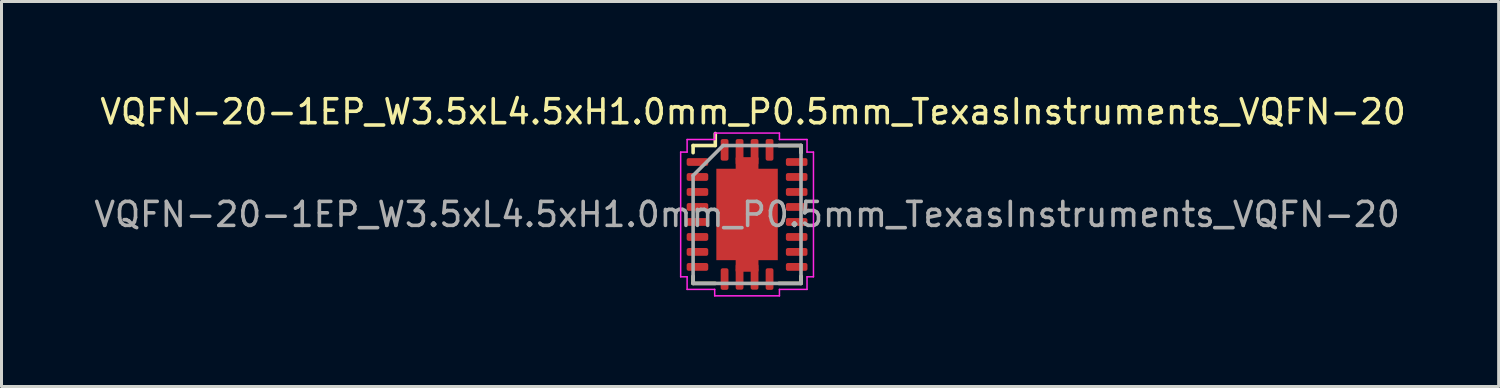
<source format=kicad_pcb>
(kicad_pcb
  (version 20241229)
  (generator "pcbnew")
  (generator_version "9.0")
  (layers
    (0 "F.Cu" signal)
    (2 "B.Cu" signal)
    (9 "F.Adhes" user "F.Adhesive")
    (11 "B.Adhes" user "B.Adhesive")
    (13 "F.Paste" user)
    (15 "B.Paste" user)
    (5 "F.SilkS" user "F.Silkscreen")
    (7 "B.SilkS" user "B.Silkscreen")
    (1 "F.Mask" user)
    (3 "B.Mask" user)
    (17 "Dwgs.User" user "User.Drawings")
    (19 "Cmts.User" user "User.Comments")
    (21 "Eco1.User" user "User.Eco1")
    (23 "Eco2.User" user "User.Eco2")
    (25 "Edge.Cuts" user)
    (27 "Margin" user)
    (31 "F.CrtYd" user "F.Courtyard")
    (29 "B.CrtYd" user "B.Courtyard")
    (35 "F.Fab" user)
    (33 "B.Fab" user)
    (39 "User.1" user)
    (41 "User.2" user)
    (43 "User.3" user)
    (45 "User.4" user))
  (footprint "VQFN-20-1EP_W3.5xL4.5xH1.0mm_P0.5mm_TexasInstruments_VQFN-20"
    (layer "F.Cu")
    (at 21.871 4.104)
    (property "Reference" "VQFN-20-1EP_W3.5xL4.5xH1.0mm_P0.5mm_TexasInstruments_VQFN-20" (at 0.2 -3.425 0) (layer "F.SilkS") (effects (font (size 0.8 0.8) (thickness 0.12))))
    (attr smd)
    (fp_line (start -1.8 -2.3) (end -1.06 -2.3) (stroke (width 0.12) (type solid)) (layer "F.SilkS"))
    (fp_line (start -1.8 -2.06) (end -1.8 -2.3) (stroke (width 0.12) (type solid)) (layer "F.SilkS"))
    (fp_line (start -1.8 2.06) (end -1.8 2.3) (stroke (width 0.12) (type solid)) (layer "F.SilkS"))
    (fp_line (start -1.8 2.3) (end -1.06 2.3) (stroke (width 0.12) (type solid)) (layer "F.SilkS"))
    (fp_line (start -1.06 -2.3) (end -1.06 -2.7) (stroke (width 0.12) (type solid)) (layer "F.SilkS"))
    (fp_line (start 1.8 -2.3) (end 1.06 -2.3) (stroke (width 0.12) (type solid)) (layer "F.SilkS"))
    (fp_line (start 1.8 -2.06) (end 1.8 -2.3) (stroke (width 0.12) (type solid)) (layer "F.SilkS"))
    (fp_line (start 1.8 2.06) (end 1.8 2.3) (stroke (width 0.12) (type solid)) (layer "F.SilkS"))
    (fp_line (start 1.8 2.3) (end 1.06 2.3) (stroke (width 0.12) (type solid)) (layer "F.SilkS"))
    (fp_line (start -2.215 -2.08) (end -2.215 2.08) (stroke (width 0.05) (type solid)) (layer "F.CrtYd"))
    (fp_line (start -2.215 2.08) (end -2 2.08) (stroke (width 0.05) (type solid)) (layer "F.CrtYd"))
    (fp_line (start -2 -2.5) (end -2 -2.08) (stroke (width 0.05) (type solid)) (layer "F.CrtYd"))
    (fp_line (start -2 -2.08) (end -2.215 -2.08) (stroke (width 0.05) (type solid)) (layer "F.CrtYd"))
    (fp_line (start -2 2.08) (end -2 2.5) (stroke (width 0.05) (type solid)) (layer "F.CrtYd"))
    (fp_line (start -2 2.5) (end -1.08 2.5) (stroke (width 0.05) (type solid)) (layer "F.CrtYd"))
    (fp_line (start -1.08 -2.715) (end -1.08 -2.5) (stroke (width 0.05) (type solid)) (layer "F.CrtYd"))
    (fp_line (start -1.08 -2.5) (end -2 -2.5) (stroke (width 0.05) (type solid)) (layer "F.CrtYd"))
    (fp_line (start -1.08 2.5) (end -1.08 2.715) (stroke (width 0.05) (type solid)) (layer "F.CrtYd"))
    (fp_line (start -1.08 2.715) (end 1.08 2.715) (stroke (width 0.05) (type solid)) (layer "F.CrtYd"))
    (fp_line (start 1.08 -2.715) (end -1.08 -2.715) (stroke (width 0.05) (type solid)) (layer "F.CrtYd"))
    (fp_line (start 1.08 -2.5) (end 1.08 -2.715) (stroke (width 0.05) (type solid)) (layer "F.CrtYd"))
    (fp_line (start 1.08 2.5) (end 2 2.5) (stroke (width 0.05) (type solid)) (layer "F.CrtYd"))
    (fp_line (start 1.08 2.715) (end 1.08 2.5) (stroke (width 0.05) (type solid)) (layer "F.CrtYd"))
    (fp_line (start 2 -2.5) (end 1.08 -2.5) (stroke (width 0.05) (type solid)) (layer "F.CrtYd"))
    (fp_line (start 2 -2.08) (end 2 -2.5) (stroke (width 0.05) (type solid)) (layer "F.CrtYd"))
    (fp_line (start 2 2.08) (end 2.215 2.08) (stroke (width 0.05) (type solid)) (layer "F.CrtYd"))
    (fp_line (start 2 2.5) (end 2 2.08) (stroke (width 0.05) (type solid)) (layer "F.CrtYd"))
    (fp_line (start 2.215 -2.08) (end 2 -2.08) (stroke (width 0.05) (type solid)) (layer "F.CrtYd"))
    (fp_line (start 2.215 2.08) (end 2.215 -2.08) (stroke (width 0.05) (type solid)) (layer "F.CrtYd"))
    (fp_line (start -1.8 -1.3) (end -0.8 -2.3) (stroke (width 0.12) (type solid)) (layer "F.Fab"))
    (fp_line (start -1.8 2.3) (end -1.8 -1.3) (stroke (width 0.12) (type solid)) (layer "F.Fab"))
    (fp_line (start -0.8 -2.3) (end 1.8 -2.3) (stroke (width 0.12) (type solid)) (layer "F.Fab"))
    (fp_line (start 1.8 -2.3) (end 1.8 2.3) (stroke (width 0.12) (type solid)) (layer "F.Fab"))
    (fp_line (start 1.8 2.3) (end -1.8 2.3) (stroke (width 0.12) (type solid)) (layer "F.Fab"))
    (fp_text user "${REFERENCE}" (at 0 0 0) (layer "F.Fab") (effects (font (size 0.8 0.8) (thickness 0.12))))
    (pad "" smd roundrect (at -0.513 0.763) (size 0.75 1.25) (layers "F.Paste") (roundrect_rratio 0.25))
    (pad "" smd roundrect (at -0.489 -0.723) (size 0.704 1.172) (layers "F.Paste") (roundrect_rratio 0.25))
    (pad "" smd roundrect (at 0.513 -0.763) (size 0.75 1.25) (layers "F.Paste") (roundrect_rratio 0.25))
    (pad "" smd roundrect (at 0.513 0.763) (size 0.75 1.25) (layers "F.Paste") (roundrect_rratio 0.25))
    (pad "1" smd roundrect (at -0.75 -2.155 270) (size 0.72 0.26) (layers "F.Cu" "F.Mask" "F.Paste") (roundrect_rratio 0.25))
    (pad "2" smd roundrect (at -1.655 -1.75) (size 0.72 0.26) (layers "F.Cu" "F.Mask" "F.Paste") (roundrect_rratio 0.25))
    (pad "3" smd roundrect (at -1.655 -1.25) (size 0.72 0.26) (layers "F.Cu" "F.Mask" "F.Paste") (roundrect_rratio 0.25))
    (pad "4" smd roundrect (at -1.655 -0.75) (size 0.72 0.26) (layers "F.Cu" "F.Mask" "F.Paste") (roundrect_rratio 0.25))
    (pad "5" smd roundrect (at -1.655 -0.25) (size 0.72 0.26) (layers "F.Cu" "F.Mask" "F.Paste") (roundrect_rratio 0.25))
    (pad "6" smd roundrect (at -1.655 0.25) (size 0.72 0.26) (layers "F.Cu" "F.Mask" "F.Paste") (roundrect_rratio 0.25))
    (pad "7" smd roundrect (at -1.655 0.75) (size 0.72 0.26) (layers "F.Cu" "F.Mask" "F.Paste") (roundrect_rratio 0.25))
    (pad "8" smd roundrect (at -1.655 1.25) (size 0.72 0.26) (layers "F.Cu" "F.Mask" "F.Paste") (roundrect_rratio 0.25))
    (pad "9" smd roundrect (at -1.655 1.75) (size 0.72 0.26) (layers "F.Cu" "F.Mask" "F.Paste") (roundrect_rratio 0.25))
    (pad "10" smd roundrect (at -0.75 2.155 270) (size 0.72 0.26) (layers "F.Cu" "F.Mask" "F.Paste") (roundrect_rratio 0.25))
    (pad "11" smd roundrect (at 0.75 2.155 270) (size 0.72 0.26) (layers "F.Cu" "F.Mask" "F.Paste") (roundrect_rratio 0.25))
    (pad "12" smd roundrect (at 1.655 1.75) (size 0.72 0.26) (layers "F.Cu" "F.Mask" "F.Paste") (roundrect_rratio 0.25))
    (pad "13" smd roundrect (at 1.655 1.25) (size 0.72 0.26) (layers "F.Cu" "F.Mask" "F.Paste") (roundrect_rratio 0.25))
    (pad "14" smd roundrect (at 1.655 0.75) (size 0.72 0.26) (layers "F.Cu" "F.Mask" "F.Paste") (roundrect_rratio 0.25))
    (pad "15" smd roundrect (at 1.655 0.25) (size 0.72 0.26) (layers "F.Cu" "F.Mask" "F.Paste") (roundrect_rratio 0.25))
    (pad "16" smd roundrect (at 1.655 -0.25) (size 0.72 0.26) (layers "F.Cu" "F.Mask" "F.Paste") (roundrect_rratio 0.25))
    (pad "17" smd roundrect (at 1.655 -0.75) (size 0.72 0.26) (layers "F.Cu" "F.Mask" "F.Paste") (roundrect_rratio 0.25))
    (pad "18" smd roundrect (at 1.655 -1.25) (size 0.72 0.26) (layers "F.Cu" "F.Mask" "F.Paste") (roundrect_rratio 0.25))
    (pad "19" smd roundrect (at 1.655 -1.75) (size 0.72 0.26) (layers "F.Cu" "F.Mask" "F.Paste") (roundrect_rratio 0.25))
    (pad "20" smd roundrect (at 0.75 -2.155 270) (size 0.72 0.26) (layers "F.Cu" "F.Mask" "F.Paste") (roundrect_rratio 0.25))
    (pad "21" smd roundrect (at -0.25 -2.155 270) (size 0.72 0.26) (layers "F.Cu" "F.Mask" "F.Paste") (roundrect_rratio 0.25))
    (pad "21" smd roundrect (at -0.25 2.15 270) (size 0.72 0.26) (layers "F.Cu" "F.Mask" "F.Paste") (roundrect_rratio 0.25))
    (pad "21" smd roundrect (at 0 -1.775) (size 0.76 0.26) (layers "F.Cu" "F.Mask" "F.Paste") (roundrect_rratio 0.25))
    (pad "21" smd rect (at 0 0) (size 0.76 3.8) (layers "F.Cu" "F.Mask"))
    (pad "21" smd rect (at 0 0) (size 2.05 3.05) (layers "F.Cu" "F.Mask"))
    (pad "21" smd roundrect (at 0 1.775) (size 0.76 0.26) (layers "F.Cu" "F.Mask" "F.Paste") (roundrect_rratio 0.25))
    (pad "21" smd roundrect (at 0.25 -2.155 270) (size 0.72 0.26) (layers "F.Cu" "F.Mask" "F.Paste") (roundrect_rratio 0.25))
    (pad "21" smd roundrect (at 0.25 2.15 270) (size 0.72 0.26) (layers "F.Cu" "F.Mask" "F.Paste") (roundrect_rratio 0.25)))
  (gr_rect
    (start -3 -3)
    (end 46.943 9.844)
    (stroke (width 0.1) (type default))
    (fill no)
    (layer "Edge.Cuts")))
</source>
